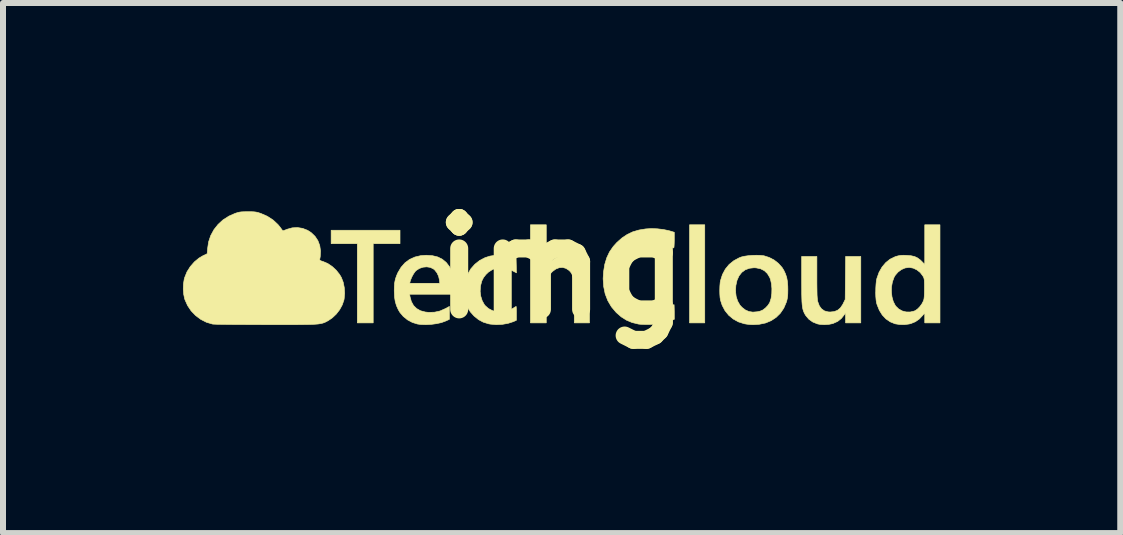
<source format=kicad_pcb>
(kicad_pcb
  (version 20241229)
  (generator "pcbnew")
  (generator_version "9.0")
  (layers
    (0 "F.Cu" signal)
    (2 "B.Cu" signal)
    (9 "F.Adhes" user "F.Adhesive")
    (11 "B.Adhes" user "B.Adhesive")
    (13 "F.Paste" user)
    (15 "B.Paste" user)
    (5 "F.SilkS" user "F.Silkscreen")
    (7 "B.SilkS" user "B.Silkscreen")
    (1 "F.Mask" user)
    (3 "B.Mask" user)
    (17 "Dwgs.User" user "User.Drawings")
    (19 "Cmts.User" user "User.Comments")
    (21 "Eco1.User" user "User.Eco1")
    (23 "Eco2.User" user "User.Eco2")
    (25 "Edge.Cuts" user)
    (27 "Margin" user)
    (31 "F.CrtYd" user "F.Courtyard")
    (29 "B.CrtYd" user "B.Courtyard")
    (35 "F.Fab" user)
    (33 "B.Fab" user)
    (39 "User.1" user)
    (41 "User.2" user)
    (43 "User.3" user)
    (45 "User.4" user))
  (footprint "img"
    (layer "F.Cu")
    (at 6.31 1.418)
    (property "Reference" "img" (at 0 0 0) (layer "F.SilkS") (effects (font (size 1.524 1.524) (thickness 0.3))))
    (attr through_hole)
    (fp_poly (pts (xy 2.388 0.914) (xy 2.134 0.914) (xy 2.134 -0.721) (xy 2.388 -0.721) (xy 2.388 0.914)) (stroke (width 0.01) (type solid)) (fill yes) (layer "F.SilkS"))
    (fp_poly (pts (xy -2.692 -0.406) (xy -3.139 -0.406) (xy -3.139 0.914) (xy -3.404 0.914) (xy -3.404 -0.406) (xy -3.84 -0.406) (xy -3.84 -0.63) (xy -2.692 -0.63) (xy -2.692 -0.406)) (stroke (width 0.01) (type solid)) (fill yes) (layer "F.SilkS"))
    (fp_poly (pts (xy 4.257 0.155) (xy 4.257 0.255) (xy 4.258 0.336) (xy 4.259 0.401) (xy 4.26 0.453) (xy 4.263 0.494) (xy 4.266 0.525) (xy 4.269 0.55) (xy 4.273 0.564) (xy 4.298 0.631) (xy 4.335 0.681) (xy 4.384 0.715) (xy 4.444 0.731) (xy 4.478 0.733) (xy 4.546 0.726) (xy 4.602 0.704) (xy 4.648 0.666) (xy 4.687 0.609) (xy 4.696 0.591) (xy 4.729 0.524) (xy 4.736 -0.193) (xy 4.989 -0.193) (xy 4.989 0.914) (xy 4.735 0.914) (xy 4.734 0.747) (xy 4.715 0.777) (xy 4.664 0.841) (xy 4.604 0.889) (xy 4.531 0.922) (xy 4.521 0.926) (xy 4.456 0.939) (xy 4.382 0.944) (xy 4.311 0.94) (xy 4.266 0.931) (xy 4.189 0.9) (xy 4.124 0.854) (xy 4.072 0.793) (xy 4.053 0.761) (xy 4.041 0.736) (xy 4.031 0.71) (xy 4.023 0.683) (xy 4.017 0.65) (xy 4.012 0.611) (xy 4.008 0.562) (xy 4.006 0.503) (xy 4.004 0.431) (xy 4.004 0.343) (xy 4.003 0.237) (xy 4.003 0.201) (xy 4.003 -0.193) (xy 4.257 -0.193) (xy 4.257 0.155)) (stroke (width 0.01) (type solid)) (fill yes) (layer "F.SilkS"))
    (fp_poly (pts (xy -0.254 -0.029) (xy -0.199 -0.089) (xy -0.146 -0.139) (xy -0.093 -0.174) (xy -0.035 -0.197) (xy 0.035 -0.209) (xy 0.078 -0.211) (xy 0.136 -0.213) (xy 0.181 -0.21) (xy 0.218 -0.203) (xy 0.238 -0.198) (xy 0.298 -0.17) (xy 0.354 -0.127) (xy 0.4 -0.075) (xy 0.411 -0.057) (xy 0.424 -0.033) (xy 0.435 -0.009) (xy 0.444 0.018) (xy 0.451 0.049) (xy 0.457 0.088) (xy 0.461 0.134) (xy 0.464 0.192) (xy 0.466 0.263) (xy 0.467 0.348) (xy 0.467 0.451) (xy 0.467 0.516) (xy 0.467 0.914) (xy 0.213 0.914) (xy 0.213 0.586) (xy 0.213 0.474) (xy 0.212 0.38) (xy 0.209 0.302) (xy 0.205 0.239) (xy 0.199 0.187) (xy 0.19 0.146) (xy 0.179 0.113) (xy 0.165 0.086) (xy 0.148 0.062) (xy 0.127 0.041) (xy 0.125 0.039) (xy 0.075 0.006) (xy 0.02 -0.01) (xy -0.037 -0.006) (xy -0.094 0.016) (xy -0.15 0.057) (xy -0.158 0.065) (xy -0.191 0.102) (xy -0.213 0.136) (xy -0.229 0.177) (xy -0.233 0.187) (xy -0.239 0.208) (xy -0.243 0.228) (xy -0.247 0.251) (xy -0.25 0.279) (xy -0.252 0.314) (xy -0.253 0.36) (xy -0.254 0.418) (xy -0.254 0.492) (xy -0.254 0.583) (xy -0.254 0.914) (xy -0.518 0.914) (xy -0.518 -0.721) (xy -0.254 -0.721) (xy -0.254 -0.029)) (stroke (width 0.01) (type solid)) (fill yes) (layer "F.SilkS"))
    (fp_poly (pts (xy -0.932 -0.208) (xy -0.868 -0.2) (xy -0.818 -0.189) (xy -0.813 -0.187) (xy -0.757 -0.168) (xy -0.754 -0.044) (xy -0.751 0.08) (xy -0.827 0.041) (xy -0.911 0.007) (xy -0.993 -0.007) (xy -1.072 -0.002) (xy -1.147 0.023) (xy -1.216 0.066) (xy -1.259 0.107) (xy -1.3 0.159) (xy -1.328 0.215) (xy -1.346 0.282) (xy -1.351 0.308) (xy -1.356 0.389) (xy -1.346 0.469) (xy -1.322 0.545) (xy -1.286 0.61) (xy -1.273 0.626) (xy -1.218 0.675) (xy -1.153 0.709) (xy -1.08 0.729) (xy -1.002 0.733) (xy -0.925 0.722) (xy -0.85 0.695) (xy -0.805 0.669) (xy -0.779 0.653) (xy -0.761 0.642) (xy -0.756 0.64) (xy -0.755 0.65) (xy -0.753 0.675) (xy -0.752 0.713) (xy -0.752 0.756) (xy -0.752 0.871) (xy -0.804 0.894) (xy -0.891 0.922) (xy -0.988 0.939) (xy -1.089 0.944) (xy -1.186 0.935) (xy -1.215 0.93) (xy -1.305 0.902) (xy -1.383 0.86) (xy -1.456 0.801) (xy -1.464 0.793) (xy -1.52 0.73) (xy -1.561 0.665) (xy -1.593 0.591) (xy -1.601 0.563) (xy -1.612 0.512) (xy -1.618 0.447) (xy -1.619 0.376) (xy -1.616 0.305) (xy -1.609 0.24) (xy -1.601 0.204) (xy -1.564 0.103) (xy -1.512 0.014) (xy -1.444 -0.063) (xy -1.365 -0.126) (xy -1.274 -0.173) (xy -1.193 -0.199) (xy -1.139 -0.207) (xy -1.073 -0.212) (xy -1.002 -0.212) (xy -0.932 -0.208)) (stroke (width 0.01) (type solid)) (fill yes) (layer "F.SilkS"))
    (fp_poly (pts (xy -2.152 -0.206) (xy -2.062 -0.184) (xy -1.986 -0.146) (xy -1.921 -0.092) (xy -1.867 -0.022) (xy -1.824 0.066) (xy -1.812 0.099) (xy -1.8 0.141) (xy -1.791 0.183) (xy -1.785 0.231) (xy -1.781 0.292) (xy -1.78 0.307) (xy -1.775 0.437) (xy -2.532 0.437) (xy -2.525 0.48) (xy -2.503 0.559) (xy -2.467 0.624) (xy -2.416 0.675) (xy -2.351 0.712) (xy -2.272 0.733) (xy -2.215 0.739) (xy -2.116 0.736) (xy -2.025 0.716) (xy -1.935 0.676) (xy -1.933 0.675) (xy -1.869 0.64) (xy -1.869 0.855) (xy -1.933 0.884) (xy -2.001 0.909) (xy -2.082 0.927) (xy -2.171 0.939) (xy -2.261 0.944) (xy -2.347 0.941) (xy -2.403 0.933) (xy -2.486 0.907) (xy -2.565 0.865) (xy -2.636 0.808) (xy -2.693 0.741) (xy -2.721 0.694) (xy -2.751 0.627) (xy -2.771 0.56) (xy -2.783 0.486) (xy -2.787 0.401) (xy -2.788 0.381) (xy -2.786 0.302) (xy -2.782 0.254) (xy -2.53 0.254) (xy -2.029 0.254) (xy -2.035 0.198) (xy -2.049 0.137) (xy -2.076 0.08) (xy -2.113 0.033) (xy -2.136 0.014) (xy -2.188 -0.011) (xy -2.247 -0.02) (xy -2.309 -0.014) (xy -2.368 0.006) (xy -2.42 0.039) (xy -2.44 0.059) (xy -2.468 0.099) (xy -2.495 0.149) (xy -2.516 0.2) (xy -2.524 0.226) (xy -2.53 0.254) (xy -2.782 0.254) (xy -2.78 0.238) (xy -2.768 0.18) (xy -2.748 0.124) (xy -2.727 0.076) (xy -2.674 -0.013) (xy -2.609 -0.087) (xy -2.532 -0.144) (xy -2.443 -0.184) (xy -2.344 -0.207) (xy -2.256 -0.213) (xy -2.152 -0.206)) (stroke (width 0.01) (type solid)) (fill yes) (layer "F.SilkS"))
    (fp_poly (pts (xy 1.597 -0.654) (xy 1.698 -0.642) (xy 1.79 -0.623) (xy 1.807 -0.618) (xy 1.88 -0.596) (xy 1.88 -0.466) (xy 1.879 -0.417) (xy 1.877 -0.376) (xy 1.875 -0.348) (xy 1.871 -0.336) (xy 1.871 -0.335) (xy 1.858 -0.339) (xy 1.832 -0.349) (xy 1.798 -0.364) (xy 1.797 -0.364) (xy 1.723 -0.393) (xy 1.651 -0.411) (xy 1.573 -0.419) (xy 1.524 -0.42) (xy 1.419 -0.413) (xy 1.326 -0.389) (xy 1.241 -0.35) (xy 1.163 -0.292) (xy 1.142 -0.273) (xy 1.082 -0.207) (xy 1.037 -0.136) (xy 1.006 -0.057) (xy 0.986 0.033) (xy 0.978 0.127) (xy 0.977 0.21) (xy 0.983 0.281) (xy 0.997 0.345) (xy 1.021 0.408) (xy 1.038 0.445) (xy 1.086 0.523) (xy 1.149 0.588) (xy 1.224 0.64) (xy 1.309 0.678) (xy 1.401 0.702) (xy 1.499 0.711) (xy 1.6 0.704) (xy 1.702 0.681) (xy 1.797 0.645) (xy 1.832 0.628) (xy 1.859 0.616) (xy 1.874 0.61) (xy 1.876 0.61) (xy 1.877 0.619) (xy 1.878 0.645) (xy 1.879 0.683) (xy 1.88 0.73) (xy 1.88 0.732) (xy 1.88 0.855) (xy 1.834 0.875) (xy 1.759 0.902) (xy 1.678 0.922) (xy 1.585 0.934) (xy 1.483 0.94) (xy 1.425 0.941) (xy 1.37 0.94) (xy 1.322 0.938) (xy 1.288 0.935) (xy 1.283 0.934) (xy 1.176 0.908) (xy 1.083 0.869) (xy 0.996 0.814) (xy 0.913 0.742) (xy 0.909 0.737) (xy 0.832 0.646) (xy 0.772 0.544) (xy 0.728 0.431) (xy 0.703 0.309) (xy 0.694 0.179) (xy 0.701 0.062) (xy 0.721 -0.061) (xy 0.754 -0.17) (xy 0.8 -0.268) (xy 0.862 -0.358) (xy 0.924 -0.427) (xy 1.009 -0.502) (xy 1.096 -0.56) (xy 1.189 -0.604) (xy 1.293 -0.634) (xy 1.403 -0.652) (xy 1.496 -0.658) (xy 1.597 -0.654)) (stroke (width 0.01) (type solid)) (fill yes) (layer "F.SilkS"))
    (fp_poly (pts (xy 3.316 -0.211) (xy 3.37 -0.205) (xy 3.376 -0.204) (xy 3.463 -0.176) (xy 3.545 -0.133) (xy 3.617 -0.076) (xy 3.677 -0.009) (xy 3.706 0.038) (xy 3.734 0.098) (xy 3.754 0.158) (xy 3.766 0.225) (xy 3.772 0.302) (xy 3.773 0.361) (xy 3.772 0.42) (xy 3.77 0.464) (xy 3.765 0.5) (xy 3.758 0.534) (xy 3.747 0.571) (xy 3.747 0.571) (xy 3.705 0.669) (xy 3.648 0.753) (xy 3.578 0.822) (xy 3.495 0.877) (xy 3.401 0.916) (xy 3.295 0.938) (xy 3.195 0.944) (xy 3.145 0.942) (xy 3.092 0.936) (xy 3.048 0.929) (xy 2.95 0.898) (xy 2.863 0.85) (xy 2.787 0.787) (xy 2.725 0.71) (xy 2.678 0.621) (xy 2.651 0.538) (xy 2.643 0.492) (xy 2.639 0.432) (xy 2.638 0.386) (xy 2.901 0.386) (xy 2.911 0.473) (xy 2.936 0.551) (xy 2.975 0.619) (xy 3.008 0.655) (xy 3.065 0.699) (xy 3.124 0.725) (xy 3.189 0.735) (xy 3.264 0.729) (xy 3.31 0.719) (xy 3.355 0.7) (xy 3.4 0.666) (xy 3.44 0.624) (xy 3.47 0.578) (xy 3.473 0.571) (xy 3.494 0.504) (xy 3.505 0.426) (xy 3.507 0.344) (xy 3.5 0.263) (xy 3.484 0.191) (xy 3.471 0.157) (xy 3.432 0.092) (xy 3.381 0.044) (xy 3.318 0.012) (xy 3.244 -0.003) (xy 3.21 -0.005) (xy 3.131 0.004) (xy 3.062 0.03) (xy 3.005 0.072) (xy 2.959 0.131) (xy 2.926 0.204) (xy 2.906 0.293) (xy 2.901 0.386) (xy 2.638 0.386) (xy 2.638 0.366) (xy 2.64 0.3) (xy 2.645 0.241) (xy 2.651 0.208) (xy 2.683 0.108) (xy 2.731 0.018) (xy 2.794 -0.059) (xy 2.872 -0.122) (xy 2.961 -0.17) (xy 2.997 -0.184) (xy 3.046 -0.196) (xy 3.108 -0.205) (xy 3.178 -0.211) (xy 3.25 -0.213) (xy 3.316 -0.211)) (stroke (width 0.01) (type solid)) (fill yes) (layer "F.SilkS"))
    (fp_poly (pts (xy 6.309 0.914) (xy 6.055 0.914) (xy 6.055 0.747) (xy 6.027 0.782) (xy 5.966 0.848) (xy 5.899 0.895) (xy 5.823 0.926) (xy 5.793 0.933) (xy 5.719 0.943) (xy 5.641 0.942) (xy 5.569 0.931) (xy 5.559 0.929) (xy 5.48 0.897) (xy 5.408 0.848) (xy 5.347 0.783) (xy 5.298 0.704) (xy 5.261 0.612) (xy 5.251 0.579) (xy 5.244 0.533) (xy 5.239 0.474) (xy 5.237 0.406) (xy 5.238 0.398) (xy 5.499 0.398) (xy 5.509 0.481) (xy 5.53 0.557) (xy 5.563 0.622) (xy 5.573 0.636) (xy 5.62 0.682) (xy 5.679 0.715) (xy 5.744 0.732) (xy 5.812 0.733) (xy 5.877 0.718) (xy 5.9 0.708) (xy 5.936 0.682) (xy 5.974 0.643) (xy 6.007 0.598) (xy 6.03 0.554) (xy 6.031 0.553) (xy 6.039 0.53) (xy 6.044 0.504) (xy 6.047 0.472) (xy 6.049 0.429) (xy 6.05 0.371) (xy 6.05 0.34) (xy 6.05 0.279) (xy 6.049 0.235) (xy 6.048 0.203) (xy 6.044 0.18) (xy 6.039 0.161) (xy 6.031 0.145) (xy 6.022 0.13) (xy 5.98 0.075) (xy 5.926 0.032) (xy 5.864 0.002) (xy 5.8 -0.01) (xy 5.791 -0.01) (xy 5.727 -0.001) (xy 5.665 0.026) (xy 5.609 0.068) (xy 5.563 0.121) (xy 5.543 0.156) (xy 5.516 0.231) (xy 5.501 0.313) (xy 5.499 0.398) (xy 5.238 0.398) (xy 5.239 0.335) (xy 5.243 0.268) (xy 5.249 0.21) (xy 5.257 0.173) (xy 5.293 0.072) (xy 5.343 -0.016) (xy 5.404 -0.089) (xy 5.476 -0.147) (xy 5.558 -0.187) (xy 5.58 -0.195) (xy 5.62 -0.205) (xy 5.657 -0.211) (xy 5.7 -0.213) (xy 5.754 -0.211) (xy 5.826 -0.205) (xy 5.885 -0.192) (xy 5.934 -0.169) (xy 5.98 -0.135) (xy 6.007 -0.109) (xy 6.055 -0.06) (xy 6.055 -0.721) (xy 6.309 -0.721) (xy 6.309 0.914)) (stroke (width 0.01) (type solid)) (fill yes) (layer "F.SilkS"))
    (fp_poly (pts (xy -5.17 -0.939) (xy -5.127 -0.937) (xy -5.093 -0.933) (xy -5.061 -0.926) (xy -5.027 -0.915) (xy -5.014 -0.911) (xy -4.904 -0.863) (xy -4.807 -0.8) (xy -4.725 -0.723) (xy -4.693 -0.684) (xy -4.671 -0.654) (xy -4.655 -0.632) (xy -4.647 -0.622) (xy -4.647 -0.621) (xy -4.637 -0.623) (xy -4.613 -0.631) (xy -4.581 -0.643) (xy -4.575 -0.646) (xy -4.489 -0.67) (xy -4.401 -0.675) (xy -4.315 -0.661) (xy -4.233 -0.629) (xy -4.175 -0.592) (xy -4.109 -0.529) (xy -4.061 -0.457) (xy -4.03 -0.375) (xy -4.017 -0.285) (xy -4.022 -0.189) (xy -4.029 -0.152) (xy -4.031 -0.138) (xy -4.024 -0.128) (xy -4.007 -0.119) (xy -3.974 -0.108) (xy -3.973 -0.108) (xy -3.896 -0.075) (xy -3.822 -0.025) (xy -3.755 0.037) (xy -3.699 0.108) (xy -3.67 0.157) (xy -3.639 0.237) (xy -3.621 0.327) (xy -3.615 0.421) (xy -3.623 0.511) (xy -3.627 0.534) (xy -3.655 0.615) (xy -3.698 0.694) (xy -3.755 0.768) (xy -3.822 0.831) (xy -3.894 0.88) (xy -3.897 0.881) (xy -3.918 0.892) (xy -3.937 0.902) (xy -3.956 0.91) (xy -3.976 0.917) (xy -3.999 0.923) (xy -4.026 0.928) (xy -4.058 0.933) (xy -4.097 0.936) (xy -4.144 0.939) (xy -4.2 0.941) (xy -4.268 0.942) (xy -4.348 0.943) (xy -4.441 0.944) (xy -4.55 0.944) (xy -4.675 0.944) (xy -4.819 0.944) (xy -4.933 0.944) (xy -5.063 0.943) (xy -5.188 0.943) (xy -5.306 0.942) (xy -5.416 0.942) (xy -5.516 0.941) (xy -5.604 0.94) (xy -5.679 0.939) (xy -5.74 0.938) (xy -5.784 0.936) (xy -5.81 0.935) (xy -5.817 0.934) (xy -5.919 0.904) (xy -6.013 0.856) (xy -6.099 0.792) (xy -6.173 0.715) (xy -6.233 0.626) (xy -6.277 0.528) (xy -6.282 0.513) (xy -6.298 0.437) (xy -6.305 0.352) (xy -6.302 0.265) (xy -6.289 0.185) (xy -6.281 0.157) (xy -6.243 0.063) (xy -6.188 -0.024) (xy -6.12 -0.102) (xy -6.043 -0.166) (xy -5.977 -0.205) (xy -5.906 -0.239) (xy -5.9 -0.32) (xy -5.883 -0.435) (xy -5.847 -0.542) (xy -5.793 -0.641) (xy -5.724 -0.728) (xy -5.641 -0.804) (xy -5.543 -0.866) (xy -5.441 -0.911) (xy -5.404 -0.923) (xy -5.372 -0.931) (xy -5.339 -0.936) (xy -5.3 -0.938) (xy -5.248 -0.939) (xy -5.227 -0.939) (xy -5.17 -0.939)) (stroke (width 0.01) (type solid)) (fill yes) (layer "F.SilkS")))
  (gr_rect
    (start -3 -3)
    (end 15.624 5.836)
    (stroke (width 0.1) (type default))
    (fill no)
    (layer "Edge.Cuts")))
</source>
